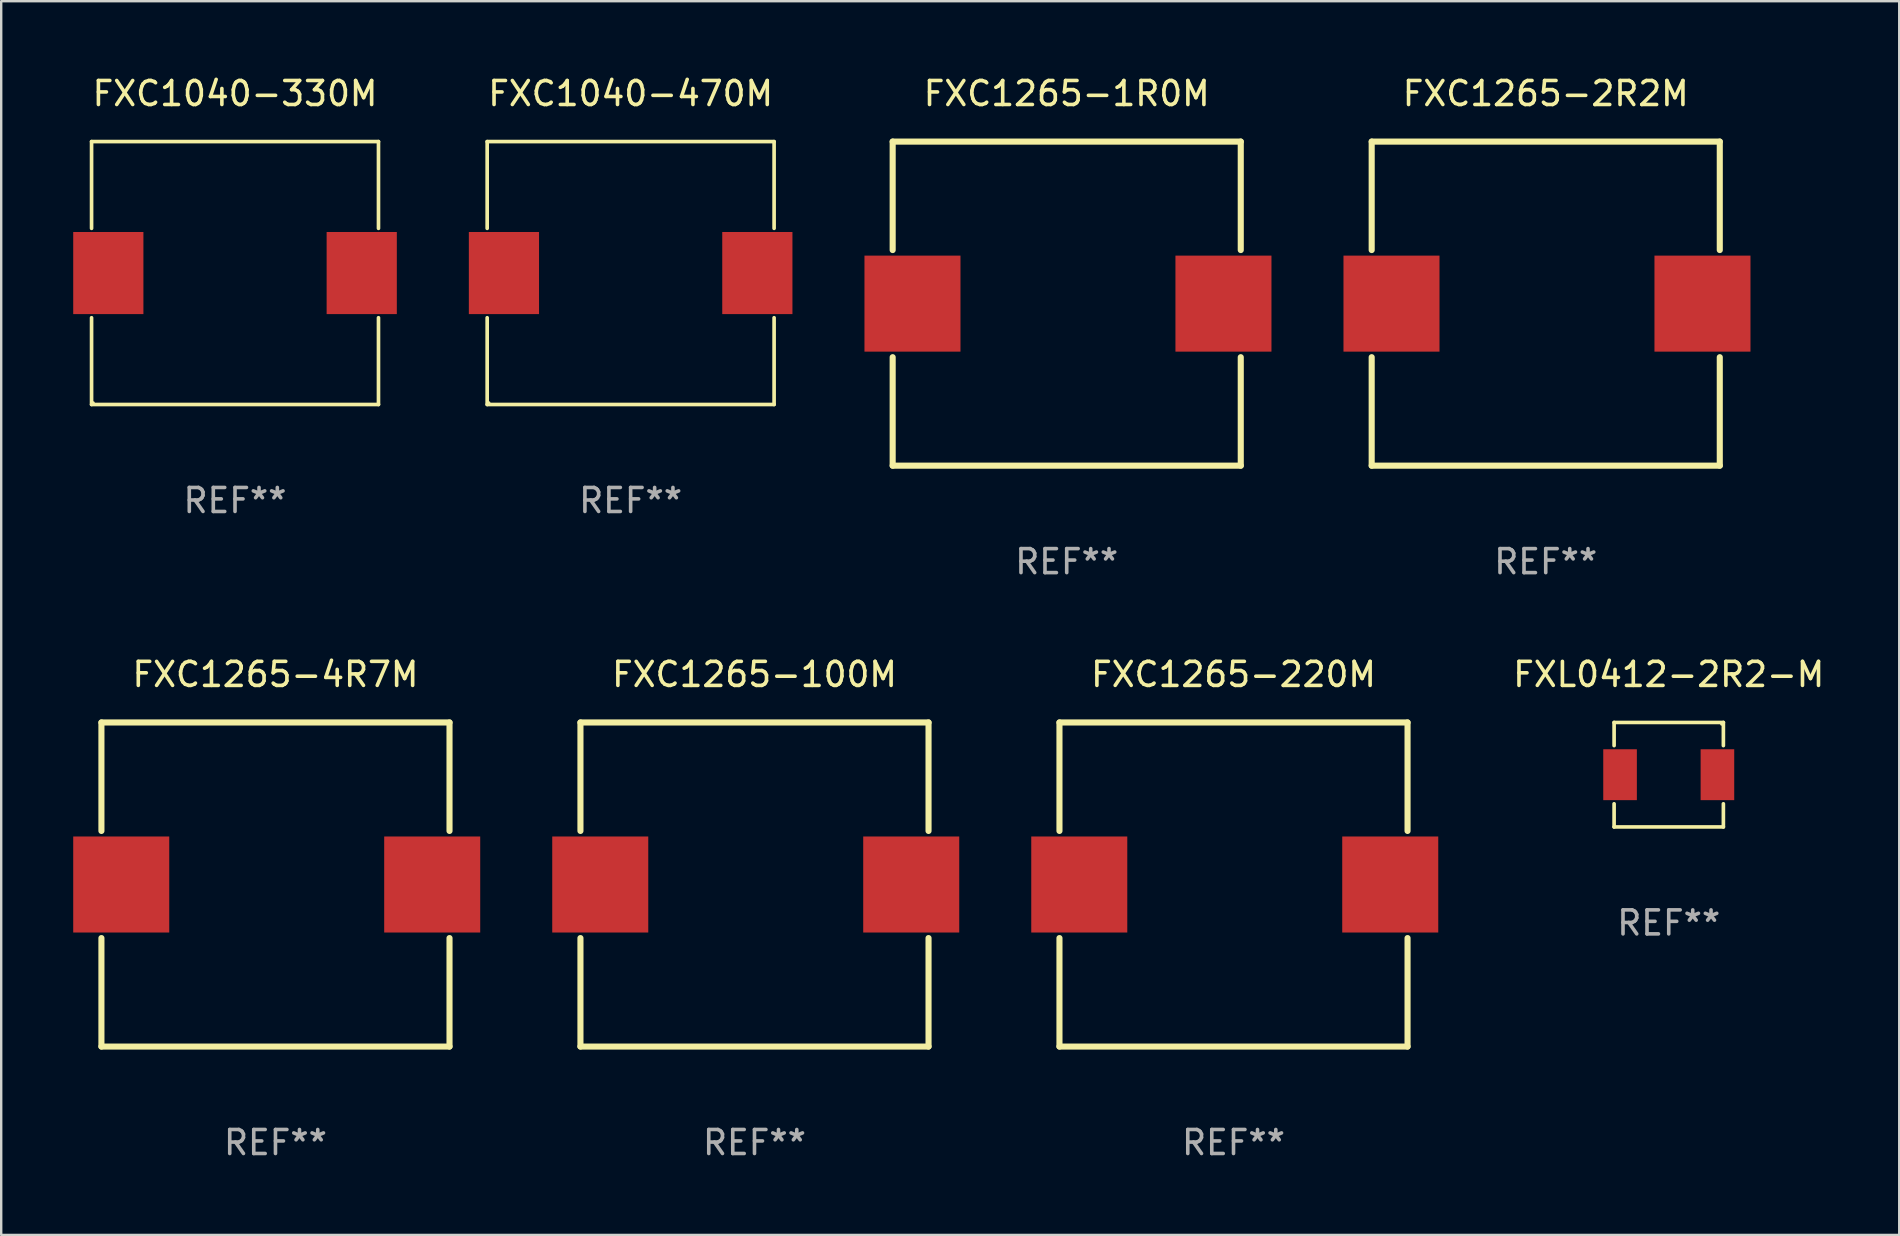
<source format=kicad_pcb>
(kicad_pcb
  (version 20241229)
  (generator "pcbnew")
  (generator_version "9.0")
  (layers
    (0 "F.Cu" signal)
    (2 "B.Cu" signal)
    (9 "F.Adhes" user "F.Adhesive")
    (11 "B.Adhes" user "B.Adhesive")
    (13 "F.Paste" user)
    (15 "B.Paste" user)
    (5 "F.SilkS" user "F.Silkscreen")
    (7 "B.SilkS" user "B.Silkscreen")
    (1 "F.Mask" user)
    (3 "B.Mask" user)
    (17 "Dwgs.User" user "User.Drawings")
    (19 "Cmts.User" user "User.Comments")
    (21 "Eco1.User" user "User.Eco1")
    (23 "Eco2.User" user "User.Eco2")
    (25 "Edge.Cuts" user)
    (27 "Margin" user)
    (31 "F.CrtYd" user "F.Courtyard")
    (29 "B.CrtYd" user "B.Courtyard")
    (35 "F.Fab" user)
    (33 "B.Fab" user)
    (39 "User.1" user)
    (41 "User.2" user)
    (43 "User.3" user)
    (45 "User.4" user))
  (footprint "FXC1040-470M"
    (layer "F.Cu")
    (at 23.22 8.324)
    (property "Reference" "FXC1040-470M" (at 0 -7.476 0) (layer "F.SilkS") (effects (font (size 1 1) (thickness 0.15))))
    (attr through_hole)
    (fp_line (start -5.976 -5.476) (end 5.976 -5.476) (stroke (width 0.152) (type solid)) (layer "F.SilkS"))
    (fp_line (start -5.976 -1.862) (end -5.976 -5.476) (stroke (width 0.152) (type solid)) (layer "F.SilkS"))
    (fp_line (start -5.976 1.862) (end -5.976 5.476) (stroke (width 0.152) (type solid)) (layer "F.SilkS"))
    (fp_line (start -5.976 5.476) (end 5.976 5.476) (stroke (width 0.152) (type solid)) (layer "F.SilkS"))
    (fp_line (start 5.976 -5.476) (end 5.976 -1.862) (stroke (width 0.152) (type solid)) (layer "F.SilkS"))
    (fp_line (start 5.976 5.476) (end 5.976 1.862) (stroke (width 0.152) (type solid)) (layer "F.SilkS"))
    (fp_circle (center -5.9 5.4) (end -5.87 5.4) (stroke (width 0.06) (type solid)) (fill no) (layer "F.SilkS"))
    (fp_text user "REF**" (at 0 9.476 0) (layer "F.Fab") (effects (font (size 1 1) (thickness 0.15))))
    (pad "1" smd rect (at 5.278 0) (size 2.924 3.42) (layers "F.Cu" "F.Mask" "F.Paste"))
    (pad "2" smd rect (at -5.278 0) (size 2.924 3.42) (layers "F.Cu" "F.Mask" "F.Paste")))
  (footprint "FXC1265-4R7M"
    (layer "F.Cu")
    (at 8.425 33.795)
    (property "Reference" "FXC1265-4R7M" (at 0 -8.75 0) (layer "F.SilkS") (effects (font (size 1 1) (thickness 0.15))))
    (attr through_hole)
    (fp_line (start -7.25 -6.75) (end -7.25 -2.231) (stroke (width 0.254) (type solid)) (layer "F.SilkS"))
    (fp_line (start -7.25 -6.75) (end 7.25 -6.75) (stroke (width 0.254) (type solid)) (layer "F.SilkS"))
    (fp_line (start -7.25 2.231) (end -7.25 6.75) (stroke (width 0.254) (type solid)) (layer "F.SilkS"))
    (fp_line (start 7.25 -2.231) (end 7.25 -6.75) (stroke (width 0.254) (type solid)) (layer "F.SilkS"))
    (fp_line (start 7.25 6.75) (end -7.25 6.75) (stroke (width 0.254) (type solid)) (layer "F.SilkS"))
    (fp_line (start 7.25 6.75) (end 7.25 2.231) (stroke (width 0.254) (type solid)) (layer "F.SilkS"))
    (fp_circle (center -7.198 6.75) (end -7.168 6.75) (stroke (width 0.06) (type solid)) (fill no) (layer "F.SilkS"))
    (fp_text user "REF**" (at 0 10.75 0) (layer "F.Fab") (effects (font (size 1 1) (thickness 0.15))))
    (pad "1" smd rect (at -6.425 0 90) (size 4 4) (layers "F.Cu" "F.Mask" "F.Paste"))
    (pad "2" smd rect (at 6.529 0 90) (size 4 4) (layers "F.Cu" "F.Mask" "F.Paste")))
  (footprint "FXC1265-220M"
    (layer "F.Cu")
    (at 48.333 33.795)
    (property "Reference" "FXC1265-220M" (at 0 -8.75 0) (layer "F.SilkS") (effects (font (size 1 1) (thickness 0.15))))
    (attr through_hole)
    (fp_line (start -7.25 -6.75) (end -7.25 -2.231) (stroke (width 0.254) (type solid)) (layer "F.SilkS"))
    (fp_line (start -7.25 -6.75) (end 7.25 -6.75) (stroke (width 0.254) (type solid)) (layer "F.SilkS"))
    (fp_line (start -7.25 2.231) (end -7.25 6.75) (stroke (width 0.254) (type solid)) (layer "F.SilkS"))
    (fp_line (start 7.25 -2.231) (end 7.25 -6.75) (stroke (width 0.254) (type solid)) (layer "F.SilkS"))
    (fp_line (start 7.25 6.75) (end -7.25 6.75) (stroke (width 0.254) (type solid)) (layer "F.SilkS"))
    (fp_line (start 7.25 6.75) (end 7.25 2.231) (stroke (width 0.254) (type solid)) (layer "F.SilkS"))
    (fp_circle (center -7.198 6.75) (end -7.168 6.75) (stroke (width 0.06) (type solid)) (fill no) (layer "F.SilkS"))
    (fp_text user "REF**" (at 0 10.75 0) (layer "F.Fab") (effects (font (size 1 1) (thickness 0.15))))
    (pad "1" smd rect (at -6.425 0 90) (size 4 4) (layers "F.Cu" "F.Mask" "F.Paste"))
    (pad "2" smd rect (at 6.529 0 90) (size 4 4) (layers "F.Cu" "F.Mask" "F.Paste")))
  (footprint "FXC1265-1R0M"
    (layer "F.Cu")
    (at 41.385 9.598)
    (property "Reference" "FXC1265-1R0M" (at 0 -8.75 0) (layer "F.SilkS") (effects (font (size 1 1) (thickness 0.15))))
    (attr through_hole)
    (fp_line (start -7.25 -6.75) (end -7.25 -2.231) (stroke (width 0.254) (type solid)) (layer "F.SilkS"))
    (fp_line (start -7.25 -6.75) (end 7.25 -6.75) (stroke (width 0.254) (type solid)) (layer "F.SilkS"))
    (fp_line (start -7.25 2.231) (end -7.25 6.75) (stroke (width 0.254) (type solid)) (layer "F.SilkS"))
    (fp_line (start 7.25 -2.231) (end 7.25 -6.75) (stroke (width 0.254) (type solid)) (layer "F.SilkS"))
    (fp_line (start 7.25 6.75) (end -7.25 6.75) (stroke (width 0.254) (type solid)) (layer "F.SilkS"))
    (fp_line (start 7.25 6.75) (end 7.25 2.231) (stroke (width 0.254) (type solid)) (layer "F.SilkS"))
    (fp_circle (center -7.198 6.75) (end -7.168 6.75) (stroke (width 0.06) (type solid)) (fill no) (layer "F.SilkS"))
    (fp_text user "REF**" (at 0 10.75 0) (layer "F.Fab") (effects (font (size 1 1) (thickness 0.15))))
    (pad "1" smd rect (at -6.425 0 90) (size 4 4) (layers "F.Cu" "F.Mask" "F.Paste"))
    (pad "2" smd rect (at 6.529 0 90) (size 4 4) (layers "F.Cu" "F.Mask" "F.Paste")))
  (footprint "FXL0412-2R2-M"
    (layer "F.Cu")
    (at 66.463 29.221)
    (property "Reference" "FXL0412-2R2-M" (at 0 -4.176 0) (layer "F.SilkS") (effects (font (size 1 1) (thickness 0.15))))
    (attr through_hole)
    (fp_line (start -2.276 -2.176) (end 2.276 -2.176) (stroke (width 0.152) (type solid)) (layer "F.SilkS"))
    (fp_line (start -2.276 -1.212) (end -2.276 -2.176) (stroke (width 0.152) (type solid)) (layer "F.SilkS"))
    (fp_line (start -2.276 1.212) (end -2.276 2.176) (stroke (width 0.152) (type solid)) (layer "F.SilkS"))
    (fp_line (start -2.276 2.176) (end 2.276 2.176) (stroke (width 0.152) (type solid)) (layer "F.SilkS"))
    (fp_line (start 2.276 -2.176) (end 2.276 -1.212) (stroke (width 0.152) (type solid)) (layer "F.SilkS"))
    (fp_line (start 2.276 2.176) (end 2.276 1.212) (stroke (width 0.152) (type solid)) (layer "F.SilkS"))
    (fp_circle (center 2.2 -2.1) (end 2.23 -2.1) (stroke (width 0.06) (type solid)) (fill no) (layer "F.SilkS"))
    (fp_text user "REF**" (at 0 6.176 0) (layer "F.Fab") (effects (font (size 1 1) (thickness 0.15))))
    (pad "1" smd rect (at 2.028 0) (size 1.4 2.12) (layers "F.Cu" "F.Mask" "F.Paste"))
    (pad "2" smd rect (at -2.028 0) (size 1.4 2.12) (layers "F.Cu" "F.Mask" "F.Paste")))
  (footprint "FXC1265-100M"
    (layer "F.Cu")
    (at 28.379 33.795)
    (property "Reference" "FXC1265-100M" (at 0 -8.75 0) (layer "F.SilkS") (effects (font (size 1 1) (thickness 0.15))))
    (attr through_hole)
    (fp_line (start -7.25 -6.75) (end -7.25 -2.231) (stroke (width 0.254) (type solid)) (layer "F.SilkS"))
    (fp_line (start -7.25 -6.75) (end 7.25 -6.75) (stroke (width 0.254) (type solid)) (layer "F.SilkS"))
    (fp_line (start -7.25 2.231) (end -7.25 6.75) (stroke (width 0.254) (type solid)) (layer "F.SilkS"))
    (fp_line (start 7.25 -2.231) (end 7.25 -6.75) (stroke (width 0.254) (type solid)) (layer "F.SilkS"))
    (fp_line (start 7.25 6.75) (end -7.25 6.75) (stroke (width 0.254) (type solid)) (layer "F.SilkS"))
    (fp_line (start 7.25 6.75) (end 7.25 2.231) (stroke (width 0.254) (type solid)) (layer "F.SilkS"))
    (fp_circle (center -7.198 6.75) (end -7.168 6.75) (stroke (width 0.06) (type solid)) (fill no) (layer "F.SilkS"))
    (fp_text user "REF**" (at 0 10.75 0) (layer "F.Fab") (effects (font (size 1 1) (thickness 0.15))))
    (pad "1" smd rect (at -6.425 0 90) (size 4 4) (layers "F.Cu" "F.Mask" "F.Paste"))
    (pad "2" smd rect (at 6.529 0 90) (size 4 4) (layers "F.Cu" "F.Mask" "F.Paste")))
  (footprint "FXC1040-330M"
    (layer "F.Cu")
    (at 6.74 8.324)
    (property "Reference" "FXC1040-330M" (at 0 -7.476 0) (layer "F.SilkS") (effects (font (size 1 1) (thickness 0.15))))
    (attr through_hole)
    (fp_line (start -5.976 -5.476) (end 5.976 -5.476) (stroke (width 0.152) (type solid)) (layer "F.SilkS"))
    (fp_line (start -5.976 -1.862) (end -5.976 -5.476) (stroke (width 0.152) (type solid)) (layer "F.SilkS"))
    (fp_line (start -5.976 1.862) (end -5.976 5.476) (stroke (width 0.152) (type solid)) (layer "F.SilkS"))
    (fp_line (start -5.976 5.476) (end 5.976 5.476) (stroke (width 0.152) (type solid)) (layer "F.SilkS"))
    (fp_line (start 5.976 -5.476) (end 5.976 -1.862) (stroke (width 0.152) (type solid)) (layer "F.SilkS"))
    (fp_line (start 5.976 5.476) (end 5.976 1.862) (stroke (width 0.152) (type solid)) (layer "F.SilkS"))
    (fp_circle (center -5.9 5.4) (end -5.87 5.4) (stroke (width 0.06) (type solid)) (fill no) (layer "F.SilkS"))
    (fp_text user "REF**" (at 0 9.476 0) (layer "F.Fab") (effects (font (size 1 1) (thickness 0.15))))
    (pad "1" smd rect (at 5.278 0) (size 2.924 3.42) (layers "F.Cu" "F.Mask" "F.Paste"))
    (pad "2" smd rect (at -5.278 0) (size 2.924 3.42) (layers "F.Cu" "F.Mask" "F.Paste")))
  (footprint "FXC1265-2R2M"
    (layer "F.Cu")
    (at 61.339 9.598)
    (property "Reference" "FXC1265-2R2M" (at 0 -8.75 0) (layer "F.SilkS") (effects (font (size 1 1) (thickness 0.15))))
    (attr through_hole)
    (fp_line (start -7.25 -6.75) (end -7.25 -2.231) (stroke (width 0.254) (type solid)) (layer "F.SilkS"))
    (fp_line (start -7.25 -6.75) (end 7.25 -6.75) (stroke (width 0.254) (type solid)) (layer "F.SilkS"))
    (fp_line (start -7.25 2.231) (end -7.25 6.75) (stroke (width 0.254) (type solid)) (layer "F.SilkS"))
    (fp_line (start 7.25 -2.231) (end 7.25 -6.75) (stroke (width 0.254) (type solid)) (layer "F.SilkS"))
    (fp_line (start 7.25 6.75) (end -7.25 6.75) (stroke (width 0.254) (type solid)) (layer "F.SilkS"))
    (fp_line (start 7.25 6.75) (end 7.25 2.231) (stroke (width 0.254) (type solid)) (layer "F.SilkS"))
    (fp_circle (center -7.198 6.75) (end -7.168 6.75) (stroke (width 0.06) (type solid)) (fill no) (layer "F.SilkS"))
    (fp_text user "REF**" (at 0 10.75 0) (layer "F.Fab") (effects (font (size 1 1) (thickness 0.15))))
    (pad "1" smd rect (at -6.425 0 90) (size 4 4) (layers "F.Cu" "F.Mask" "F.Paste"))
    (pad "2" smd rect (at 6.529 0 90) (size 4 4) (layers "F.Cu" "F.Mask" "F.Paste")))
  (gr_rect
    (start -3 -3)
    (end 76.064 48.393)
    (stroke (width 0.1) (type default))
    (fill no)
    (layer "Edge.Cuts")))
</source>
